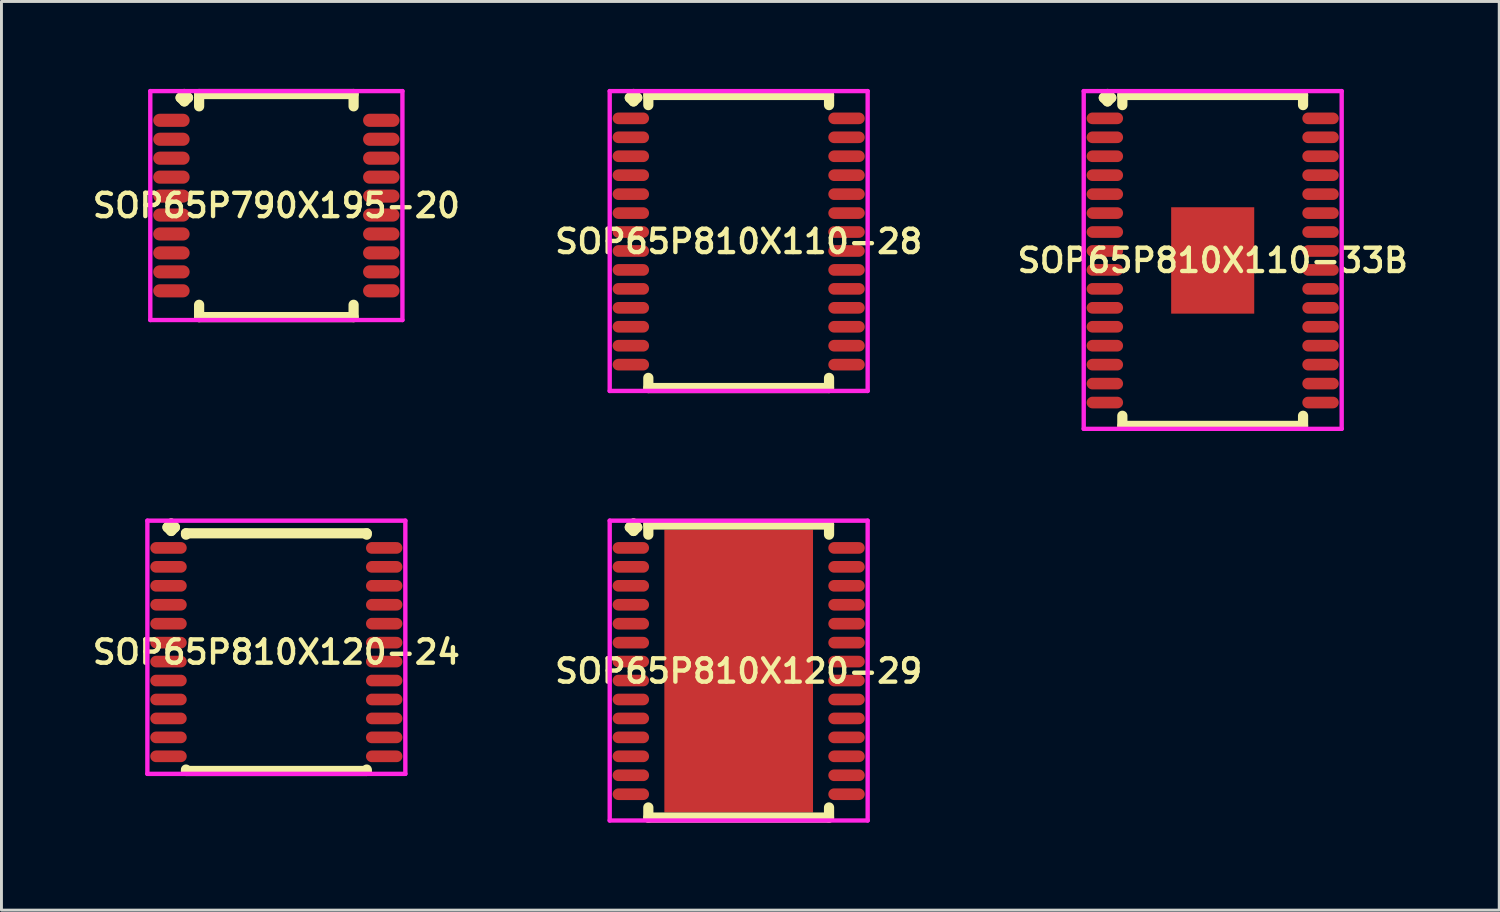
<source format=kicad_pcb>
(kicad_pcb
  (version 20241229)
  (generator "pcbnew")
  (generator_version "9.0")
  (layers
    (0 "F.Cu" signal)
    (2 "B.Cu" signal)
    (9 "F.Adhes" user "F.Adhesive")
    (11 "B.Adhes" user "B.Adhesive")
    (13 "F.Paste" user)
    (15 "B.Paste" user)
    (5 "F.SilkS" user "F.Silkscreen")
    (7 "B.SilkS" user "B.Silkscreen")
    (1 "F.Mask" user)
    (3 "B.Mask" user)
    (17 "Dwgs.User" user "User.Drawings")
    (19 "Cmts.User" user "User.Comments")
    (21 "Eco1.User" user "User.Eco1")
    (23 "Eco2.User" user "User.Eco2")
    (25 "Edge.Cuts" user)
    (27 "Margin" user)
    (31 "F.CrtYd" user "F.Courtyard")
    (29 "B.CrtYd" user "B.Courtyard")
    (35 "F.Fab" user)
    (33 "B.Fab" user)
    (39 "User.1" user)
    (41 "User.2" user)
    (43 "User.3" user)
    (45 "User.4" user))
  (footprint "SOP65P790X195-20"
    (layer "F.Cu")
    (at 6.431 4.002)
    (property "Reference" "SOP65P790X195-20" (at 0 0 0) (layer "F.SilkS") (effects (font (size 0.8 0.8) (thickness 0.15))))
    (attr through_hole)
    (fp_line (start -3.285 -3.7) (end -3.158 -3.827) (stroke (width 0.35) (type solid)) (layer "F.SilkS"))
    (fp_line (start -3.158 -3.827) (end -3.031 -3.7) (stroke (width 0.35) (type solid)) (layer "F.SilkS"))
    (fp_line (start -3.158 -3.573) (end -3.285 -3.7) (stroke (width 0.35) (type solid)) (layer "F.SilkS"))
    (fp_line (start -3.031 -3.7) (end -3.158 -3.573) (stroke (width 0.35) (type solid)) (layer "F.SilkS"))
    (fp_line (start -2.65 -3.827) (end 2.65 -3.827) (stroke (width 0.35) (type solid)) (layer "F.SilkS"))
    (fp_line (start -2.65 -3.404) (end -2.65 -3.827) (stroke (width 0.35) (type solid)) (layer "F.SilkS"))
    (fp_line (start -2.65 3.404) (end -2.65 3.827) (stroke (width 0.35) (type solid)) (layer "F.SilkS"))
    (fp_line (start -2.65 3.827) (end 2.65 3.827) (stroke (width 0.35) (type solid)) (layer "F.SilkS"))
    (fp_line (start 2.65 -3.827) (end 2.65 -3.404) (stroke (width 0.35) (type solid)) (layer "F.SilkS"))
    (fp_line (start 2.65 3.827) (end 2.65 3.404) (stroke (width 0.35) (type solid)) (layer "F.SilkS"))
    (fp_line (start -4.325 -3.927) (end 4.325 -3.927) (stroke (width 0.15) (type solid)) (layer "F.CrtYd"))
    (fp_line (start -4.325 3.927) (end -4.325 -3.927) (stroke (width 0.15) (type solid)) (layer "F.CrtYd"))
    (fp_line (start 4.325 -3.927) (end 4.325 3.927) (stroke (width 0.15) (type solid)) (layer "F.CrtYd"))
    (fp_line (start 4.325 3.927) (end -4.325 3.927) (stroke (width 0.15) (type solid)) (layer "F.CrtYd"))
    (pad "1" smd oval (at -3.6 -2.925) (size 1.25 0.45) (layers "F.Cu" "F.Mask" "F.Paste"))
    (pad "2" smd oval (at -3.6 -2.275) (size 1.25 0.45) (layers "F.Cu" "F.Mask" "F.Paste"))
    (pad "3" smd oval (at -3.6 -1.625) (size 1.25 0.45) (layers "F.Cu" "F.Mask" "F.Paste"))
    (pad "4" smd oval (at -3.6 -0.975) (size 1.25 0.45) (layers "F.Cu" "F.Mask" "F.Paste"))
    (pad "5" smd oval (at -3.6 -0.325) (size 1.25 0.45) (layers "F.Cu" "F.Mask" "F.Paste"))
    (pad "6" smd oval (at -3.6 0.325) (size 1.25 0.45) (layers "F.Cu" "F.Mask" "F.Paste"))
    (pad "7" smd oval (at -3.6 0.975) (size 1.25 0.45) (layers "F.Cu" "F.Mask" "F.Paste"))
    (pad "8" smd oval (at -3.6 1.625) (size 1.25 0.45) (layers "F.Cu" "F.Mask" "F.Paste"))
    (pad "9" smd oval (at -3.6 2.275) (size 1.25 0.45) (layers "F.Cu" "F.Mask" "F.Paste"))
    (pad "10" smd oval (at -3.6 2.925) (size 1.25 0.45) (layers "F.Cu" "F.Mask" "F.Paste"))
    (pad "11" smd oval (at 3.6 2.925) (size 1.25 0.45) (layers "F.Cu" "F.Mask" "F.Paste"))
    (pad "12" smd oval (at 3.6 2.275) (size 1.25 0.45) (layers "F.Cu" "F.Mask" "F.Paste"))
    (pad "13" smd oval (at 3.6 1.625) (size 1.25 0.45) (layers "F.Cu" "F.Mask" "F.Paste"))
    (pad "14" smd oval (at 3.6 0.975) (size 1.25 0.45) (layers "F.Cu" "F.Mask" "F.Paste"))
    (pad "15" smd oval (at 3.6 0.325) (size 1.25 0.45) (layers "F.Cu" "F.Mask" "F.Paste"))
    (pad "16" smd oval (at 3.6 -0.325) (size 1.25 0.45) (layers "F.Cu" "F.Mask" "F.Paste"))
    (pad "17" smd oval (at 3.6 -0.975) (size 1.25 0.45) (layers "F.Cu" "F.Mask" "F.Paste"))
    (pad "18" smd oval (at 3.6 -1.625) (size 1.25 0.45) (layers "F.Cu" "F.Mask" "F.Paste"))
    (pad "19" smd oval (at 3.6 -2.275) (size 1.25 0.45) (layers "F.Cu" "F.Mask" "F.Paste"))
    (pad "20" smd oval (at 3.6 -2.925) (size 1.25 0.45) (layers "F.Cu" "F.Mask" "F.Paste")))
  (footprint "SOP65P810X120-29"
    (layer "F.Cu")
    (at 22.292 19.972)
    (property "Reference" "SOP65P810X120-29" (at 0 0 0) (layer "F.SilkS") (effects (font (size 0.8 0.8) (thickness 0.15))))
    (attr smd)
    (fp_line (start -3.735 -4.933) (end -3.608 -5.06) (stroke (width 0.35) (type solid)) (layer "F.SilkS"))
    (fp_line (start -3.608 -5.06) (end -3.481 -4.933) (stroke (width 0.35) (type solid)) (layer "F.SilkS"))
    (fp_line (start -3.608 -4.806) (end -3.735 -4.933) (stroke (width 0.35) (type solid)) (layer "F.SilkS"))
    (fp_line (start -3.481 -4.933) (end -3.608 -4.806) (stroke (width 0.35) (type solid)) (layer "F.SilkS"))
    (fp_line (start -3.1 -5.027) (end 3.1 -5.027) (stroke (width 0.35) (type solid)) (layer "F.SilkS"))
    (fp_line (start -3.1 -4.679) (end -3.1 -5.027) (stroke (width 0.35) (type solid)) (layer "F.SilkS"))
    (fp_line (start -3.1 4.679) (end -3.1 5.027) (stroke (width 0.35) (type solid)) (layer "F.SilkS"))
    (fp_line (start -3.1 5.027) (end 3.1 5.027) (stroke (width 0.35) (type solid)) (layer "F.SilkS"))
    (fp_line (start 3.1 -5.027) (end 3.1 -4.679) (stroke (width 0.35) (type solid)) (layer "F.SilkS"))
    (fp_line (start 3.1 5.027) (end 3.1 4.679) (stroke (width 0.35) (type solid)) (layer "F.SilkS"))
    (fp_line (start -4.425 -5.16) (end 4.425 -5.16) (stroke (width 0.15) (type solid)) (layer "F.CrtYd"))
    (fp_line (start -4.425 5.127) (end -4.425 -5.16) (stroke (width 0.15) (type solid)) (layer "F.CrtYd"))
    (fp_line (start 4.425 -5.16) (end 4.425 5.127) (stroke (width 0.15) (type solid)) (layer "F.CrtYd"))
    (fp_line (start 4.425 5.127) (end -4.425 5.127) (stroke (width 0.15) (type solid)) (layer "F.CrtYd"))
    (pad "1" smd oval (at -3.7 -4.225) (size 1.25 0.4) (layers "F.Cu" "F.Mask" "F.Paste"))
    (pad "2" smd oval (at -3.7 -3.575) (size 1.25 0.4) (layers "F.Cu" "F.Mask" "F.Paste"))
    (pad "3" smd oval (at -3.7 -2.925) (size 1.25 0.4) (layers "F.Cu" "F.Mask" "F.Paste"))
    (pad "4" smd oval (at -3.7 -2.275) (size 1.25 0.4) (layers "F.Cu" "F.Mask" "F.Paste"))
    (pad "5" smd oval (at -3.7 -1.625) (size 1.25 0.4) (layers "F.Cu" "F.Mask" "F.Paste"))
    (pad "6" smd oval (at -3.7 -0.975) (size 1.25 0.4) (layers "F.Cu" "F.Mask" "F.Paste"))
    (pad "7" smd oval (at -3.7 -0.325) (size 1.25 0.4) (layers "F.Cu" "F.Mask" "F.Paste"))
    (pad "8" smd oval (at -3.7 0.325) (size 1.25 0.4) (layers "F.Cu" "F.Mask" "F.Paste"))
    (pad "9" smd oval (at -3.7 0.975) (size 1.25 0.4) (layers "F.Cu" "F.Mask" "F.Paste"))
    (pad "10" smd oval (at -3.7 1.625) (size 1.25 0.4) (layers "F.Cu" "F.Mask" "F.Paste"))
    (pad "11" smd oval (at -3.7 2.275) (size 1.25 0.4) (layers "F.Cu" "F.Mask" "F.Paste"))
    (pad "12" smd oval (at -3.7 2.925) (size 1.25 0.4) (layers "F.Cu" "F.Mask" "F.Paste"))
    (pad "13" smd oval (at -3.7 3.575) (size 1.25 0.4) (layers "F.Cu" "F.Mask" "F.Paste"))
    (pad "14" smd oval (at -3.7 4.225) (size 1.25 0.4) (layers "F.Cu" "F.Mask" "F.Paste"))
    (pad "15" smd oval (at 3.7 4.225) (size 1.25 0.4) (layers "F.Cu" "F.Mask" "F.Paste"))
    (pad "16" smd oval (at 3.7 3.575) (size 1.25 0.4) (layers "F.Cu" "F.Mask" "F.Paste"))
    (pad "17" smd oval (at 3.7 2.925) (size 1.25 0.4) (layers "F.Cu" "F.Mask" "F.Paste"))
    (pad "18" smd oval (at 3.7 2.275) (size 1.25 0.4) (layers "F.Cu" "F.Mask" "F.Paste"))
    (pad "19" smd oval (at 3.7 1.625) (size 1.25 0.4) (layers "F.Cu" "F.Mask" "F.Paste"))
    (pad "20" smd oval (at 3.7 0.975) (size 1.25 0.4) (layers "F.Cu" "F.Mask" "F.Paste"))
    (pad "21" smd oval (at 3.7 0.325) (size 1.25 0.4) (layers "F.Cu" "F.Mask" "F.Paste"))
    (pad "22" smd oval (at 3.7 -0.325) (size 1.25 0.4) (layers "F.Cu" "F.Mask" "F.Paste"))
    (pad "23" smd oval (at 3.7 -0.975) (size 1.25 0.4) (layers "F.Cu" "F.Mask" "F.Paste"))
    (pad "24" smd oval (at 3.7 -1.625) (size 1.25 0.4) (layers "F.Cu" "F.Mask" "F.Paste"))
    (pad "25" smd oval (at 3.7 -2.275) (size 1.25 0.4) (layers "F.Cu" "F.Mask" "F.Paste"))
    (pad "26" smd oval (at 3.7 -2.925) (size 1.25 0.4) (layers "F.Cu" "F.Mask" "F.Paste"))
    (pad "27" smd oval (at 3.7 -3.575) (size 1.25 0.4) (layers "F.Cu" "F.Mask" "F.Paste"))
    (pad "28" smd oval (at 3.7 -4.225) (size 1.25 0.4) (layers "F.Cu" "F.Mask" "F.Paste"))
    (pad "29" smd rect (at 0 0) (size 5.1 9.7) (layers "F.Cu" "F.Mask" "F.Paste")))
  (footprint "SOP65P810X110-33B"
    (layer "F.Cu")
    (at 38.554 5.885)
    (property "Reference" "SOP65P810X110-33B" (at 0 0 0) (layer "F.SilkS") (effects (font (size 0.8 0.8) (thickness 0.15))))
    (attr smd)
    (fp_line (start -3.735 -5.583) (end -3.608 -5.71) (stroke (width 0.35) (type solid)) (layer "F.SilkS"))
    (fp_line (start -3.608 -5.71) (end -3.481 -5.583) (stroke (width 0.35) (type solid)) (layer "F.SilkS"))
    (fp_line (start -3.608 -5.456) (end -3.735 -5.583) (stroke (width 0.35) (type solid)) (layer "F.SilkS"))
    (fp_line (start -3.481 -5.583) (end -3.608 -5.456) (stroke (width 0.35) (type solid)) (layer "F.SilkS"))
    (fp_line (start -3.1 -5.677) (end 3.1 -5.677) (stroke (width 0.35) (type solid)) (layer "F.SilkS"))
    (fp_line (start -3.1 -5.329) (end -3.1 -5.677) (stroke (width 0.35) (type solid)) (layer "F.SilkS"))
    (fp_line (start -3.1 5.329) (end -3.1 5.677) (stroke (width 0.35) (type solid)) (layer "F.SilkS"))
    (fp_line (start -3.1 5.677) (end 3.1 5.677) (stroke (width 0.35) (type solid)) (layer "F.SilkS"))
    (fp_line (start 3.1 -5.677) (end 3.1 -5.329) (stroke (width 0.35) (type solid)) (layer "F.SilkS"))
    (fp_line (start 3.1 5.677) (end 3.1 5.329) (stroke (width 0.35) (type solid)) (layer "F.SilkS"))
    (fp_line (start -4.425 -5.81) (end 4.425 -5.81) (stroke (width 0.15) (type solid)) (layer "F.CrtYd"))
    (fp_line (start -4.425 5.777) (end -4.425 -5.81) (stroke (width 0.15) (type solid)) (layer "F.CrtYd"))
    (fp_line (start 4.425 -5.81) (end 4.425 5.777) (stroke (width 0.15) (type solid)) (layer "F.CrtYd"))
    (fp_line (start 4.425 5.777) (end -4.425 5.777) (stroke (width 0.15) (type solid)) (layer "F.CrtYd"))
    (pad "1" smd oval (at -3.7 -4.875) (size 1.25 0.4) (layers "F.Cu" "F.Mask" "F.Paste"))
    (pad "2" smd oval (at -3.7 -4.225) (size 1.25 0.4) (layers "F.Cu" "F.Mask" "F.Paste"))
    (pad "3" smd oval (at -3.7 -3.575) (size 1.25 0.4) (layers "F.Cu" "F.Mask" "F.Paste"))
    (pad "4" smd oval (at -3.7 -2.925) (size 1.25 0.4) (layers "F.Cu" "F.Mask" "F.Paste"))
    (pad "5" smd oval (at -3.7 -2.275) (size 1.25 0.4) (layers "F.Cu" "F.Mask" "F.Paste"))
    (pad "6" smd oval (at -3.7 -1.625) (size 1.25 0.4) (layers "F.Cu" "F.Mask" "F.Paste"))
    (pad "7" smd oval (at -3.7 -0.975) (size 1.25 0.4) (layers "F.Cu" "F.Mask" "F.Paste"))
    (pad "8" smd oval (at -3.7 -0.325) (size 1.25 0.4) (layers "F.Cu" "F.Mask" "F.Paste"))
    (pad "9" smd oval (at -3.7 0.325) (size 1.25 0.4) (layers "F.Cu" "F.Mask" "F.Paste"))
    (pad "10" smd oval (at -3.7 0.975) (size 1.25 0.4) (layers "F.Cu" "F.Mask" "F.Paste"))
    (pad "11" smd oval (at -3.7 1.625) (size 1.25 0.4) (layers "F.Cu" "F.Mask" "F.Paste"))
    (pad "12" smd oval (at -3.7 2.275) (size 1.25 0.4) (layers "F.Cu" "F.Mask" "F.Paste"))
    (pad "13" smd oval (at -3.7 2.925) (size 1.25 0.4) (layers "F.Cu" "F.Mask" "F.Paste"))
    (pad "14" smd oval (at -3.7 3.575) (size 1.25 0.4) (layers "F.Cu" "F.Mask" "F.Paste"))
    (pad "15" smd oval (at -3.7 4.225) (size 1.25 0.4) (layers "F.Cu" "F.Mask" "F.Paste"))
    (pad "16" smd oval (at -3.7 4.875) (size 1.25 0.4) (layers "F.Cu" "F.Mask" "F.Paste"))
    (pad "17" smd oval (at 3.7 4.875) (size 1.25 0.4) (layers "F.Cu" "F.Mask" "F.Paste"))
    (pad "18" smd oval (at 3.7 4.225) (size 1.25 0.4) (layers "F.Cu" "F.Mask" "F.Paste"))
    (pad "19" smd oval (at 3.7 3.575) (size 1.25 0.4) (layers "F.Cu" "F.Mask" "F.Paste"))
    (pad "20" smd oval (at 3.7 2.925) (size 1.25 0.4) (layers "F.Cu" "F.Mask" "F.Paste"))
    (pad "21" smd oval (at 3.7 2.275) (size 1.25 0.4) (layers "F.Cu" "F.Mask" "F.Paste"))
    (pad "22" smd oval (at 3.7 1.625) (size 1.25 0.4) (layers "F.Cu" "F.Mask" "F.Paste"))
    (pad "23" smd oval (at 3.7 0.975) (size 1.25 0.4) (layers "F.Cu" "F.Mask" "F.Paste"))
    (pad "24" smd oval (at 3.7 0.325) (size 1.25 0.4) (layers "F.Cu" "F.Mask" "F.Paste"))
    (pad "25" smd oval (at 3.7 -0.325) (size 1.25 0.4) (layers "F.Cu" "F.Mask" "F.Paste"))
    (pad "26" smd oval (at 3.7 -0.975) (size 1.25 0.4) (layers "F.Cu" "F.Mask" "F.Paste"))
    (pad "27" smd oval (at 3.7 -1.625) (size 1.25 0.4) (layers "F.Cu" "F.Mask" "F.Paste"))
    (pad "28" smd oval (at 3.7 -2.275) (size 1.25 0.4) (layers "F.Cu" "F.Mask" "F.Paste"))
    (pad "29" smd oval (at 3.7 -2.925) (size 1.25 0.4) (layers "F.Cu" "F.Mask" "F.Paste"))
    (pad "30" smd oval (at 3.7 -3.575) (size 1.25 0.4) (layers "F.Cu" "F.Mask" "F.Paste"))
    (pad "31" smd oval (at 3.7 -4.225) (size 1.25 0.4) (layers "F.Cu" "F.Mask" "F.Paste"))
    (pad "32" smd oval (at 3.7 -4.875) (size 1.25 0.4) (layers "F.Cu" "F.Mask" "F.Paste"))
    (pad "33" smd rect (at 0 0) (size 2.85 3.65) (layers "F.Cu" "F.Mask" "F.Paste")))
  (footprint "SOP65P810X120-24"
    (layer "F.Cu")
    (at 6.431 19.322)
    (property "Reference" "SOP65P810X120-24" (at 0 0 0) (layer "F.SilkS") (effects (font (size 0.8 0.8) (thickness 0.15))))
    (attr smd)
    (fp_line (start -3.735 -4.283) (end -3.608 -4.41) (stroke (width 0.35) (type solid)) (layer "F.SilkS"))
    (fp_line (start -3.608 -4.41) (end -3.481 -4.283) (stroke (width 0.35) (type solid)) (layer "F.SilkS"))
    (fp_line (start -3.608 -4.156) (end -3.735 -4.283) (stroke (width 0.35) (type solid)) (layer "F.SilkS"))
    (fp_line (start -3.481 -4.283) (end -3.608 -4.156) (stroke (width 0.35) (type solid)) (layer "F.SilkS"))
    (fp_line (start -3.1 -4.077) (end 3.1 -4.077) (stroke (width 0.35) (type solid)) (layer "F.SilkS"))
    (fp_line (start -3.1 -4.029) (end -3.1 -4.077) (stroke (width 0.35) (type solid)) (layer "F.SilkS"))
    (fp_line (start -3.1 4.029) (end -3.1 4.077) (stroke (width 0.35) (type solid)) (layer "F.SilkS"))
    (fp_line (start -3.1 4.077) (end 3.1 4.077) (stroke (width 0.35) (type solid)) (layer "F.SilkS"))
    (fp_line (start 3.1 -4.077) (end 3.1 -4.029) (stroke (width 0.35) (type solid)) (layer "F.SilkS"))
    (fp_line (start 3.1 4.077) (end 3.1 4.029) (stroke (width 0.35) (type solid)) (layer "F.SilkS"))
    (fp_line (start -4.425 -4.51) (end 4.425 -4.51) (stroke (width 0.15) (type solid)) (layer "F.CrtYd"))
    (fp_line (start -4.425 4.177) (end -4.425 -4.51) (stroke (width 0.15) (type solid)) (layer "F.CrtYd"))
    (fp_line (start 4.425 -4.51) (end 4.425 4.177) (stroke (width 0.15) (type solid)) (layer "F.CrtYd"))
    (fp_line (start 4.425 4.177) (end -4.425 4.177) (stroke (width 0.15) (type solid)) (layer "F.CrtYd"))
    (pad "1" smd oval (at -3.7 -3.575) (size 1.25 0.4) (layers "F.Cu" "F.Mask" "F.Paste"))
    (pad "2" smd oval (at -3.7 -2.925) (size 1.25 0.4) (layers "F.Cu" "F.Mask" "F.Paste"))
    (pad "3" smd oval (at -3.7 -2.275) (size 1.25 0.4) (layers "F.Cu" "F.Mask" "F.Paste"))
    (pad "4" smd oval (at -3.7 -1.625) (size 1.25 0.4) (layers "F.Cu" "F.Mask" "F.Paste"))
    (pad "5" smd oval (at -3.7 -0.975) (size 1.25 0.4) (layers "F.Cu" "F.Mask" "F.Paste"))
    (pad "6" smd oval (at -3.7 -0.325) (size 1.25 0.4) (layers "F.Cu" "F.Mask" "F.Paste"))
    (pad "7" smd oval (at -3.7 0.325) (size 1.25 0.4) (layers "F.Cu" "F.Mask" "F.Paste"))
    (pad "8" smd oval (at -3.7 0.975) (size 1.25 0.4) (layers "F.Cu" "F.Mask" "F.Paste"))
    (pad "9" smd oval (at -3.7 1.625) (size 1.25 0.4) (layers "F.Cu" "F.Mask" "F.Paste"))
    (pad "10" smd oval (at -3.7 2.275) (size 1.25 0.4) (layers "F.Cu" "F.Mask" "F.Paste"))
    (pad "11" smd oval (at -3.7 2.925) (size 1.25 0.4) (layers "F.Cu" "F.Mask" "F.Paste"))
    (pad "12" smd oval (at -3.7 3.575) (size 1.25 0.4) (layers "F.Cu" "F.Mask" "F.Paste"))
    (pad "13" smd oval (at 3.7 3.575) (size 1.25 0.4) (layers "F.Cu" "F.Mask" "F.Paste"))
    (pad "14" smd oval (at 3.7 2.925) (size 1.25 0.4) (layers "F.Cu" "F.Mask" "F.Paste"))
    (pad "15" smd oval (at 3.7 2.275) (size 1.25 0.4) (layers "F.Cu" "F.Mask" "F.Paste"))
    (pad "16" smd oval (at 3.7 1.625) (size 1.25 0.4) (layers "F.Cu" "F.Mask" "F.Paste"))
    (pad "17" smd oval (at 3.7 0.975) (size 1.25 0.4) (layers "F.Cu" "F.Mask" "F.Paste"))
    (pad "18" smd oval (at 3.7 0.325) (size 1.25 0.4) (layers "F.Cu" "F.Mask" "F.Paste"))
    (pad "19" smd oval (at 3.7 -0.325) (size 1.25 0.4) (layers "F.Cu" "F.Mask" "F.Paste"))
    (pad "20" smd oval (at 3.7 -0.975) (size 1.25 0.4) (layers "F.Cu" "F.Mask" "F.Paste"))
    (pad "21" smd oval (at 3.7 -1.625) (size 1.25 0.4) (layers "F.Cu" "F.Mask" "F.Paste"))
    (pad "22" smd oval (at 3.7 -2.275) (size 1.25 0.4) (layers "F.Cu" "F.Mask" "F.Paste"))
    (pad "23" smd oval (at 3.7 -2.925) (size 1.25 0.4) (layers "F.Cu" "F.Mask" "F.Paste"))
    (pad "24" smd oval (at 3.7 -3.575) (size 1.25 0.4) (layers "F.Cu" "F.Mask" "F.Paste")))
  (footprint "SOP65P810X110-28"
    (layer "F.Cu")
    (at 22.292 5.235)
    (property "Reference" "SOP65P810X110-28" (at 0 0 0) (layer "F.SilkS") (effects (font (size 0.8 0.8) (thickness 0.15))))
    (attr through_hole)
    (fp_line (start -3.735 -4.933) (end -3.608 -5.06) (stroke (width 0.35) (type solid)) (layer "F.SilkS"))
    (fp_line (start -3.608 -5.06) (end -3.481 -4.933) (stroke (width 0.35) (type solid)) (layer "F.SilkS"))
    (fp_line (start -3.608 -4.806) (end -3.735 -4.933) (stroke (width 0.35) (type solid)) (layer "F.SilkS"))
    (fp_line (start -3.481 -4.933) (end -3.608 -4.806) (stroke (width 0.35) (type solid)) (layer "F.SilkS"))
    (fp_line (start -3.1 -5.027) (end 3.1 -5.027) (stroke (width 0.35) (type solid)) (layer "F.SilkS"))
    (fp_line (start -3.1 -4.679) (end -3.1 -5.027) (stroke (width 0.35) (type solid)) (layer "F.SilkS"))
    (fp_line (start -3.1 4.679) (end -3.1 5.027) (stroke (width 0.35) (type solid)) (layer "F.SilkS"))
    (fp_line (start -3.1 5.027) (end 3.1 5.027) (stroke (width 0.35) (type solid)) (layer "F.SilkS"))
    (fp_line (start 3.1 -5.027) (end 3.1 -4.679) (stroke (width 0.35) (type solid)) (layer "F.SilkS"))
    (fp_line (start 3.1 5.027) (end 3.1 4.679) (stroke (width 0.35) (type solid)) (layer "F.SilkS"))
    (fp_line (start -4.425 -5.16) (end 4.425 -5.16) (stroke (width 0.15) (type solid)) (layer "F.CrtYd"))
    (fp_line (start -4.425 5.127) (end -4.425 -5.16) (stroke (width 0.15) (type solid)) (layer "F.CrtYd"))
    (fp_line (start 4.425 -5.16) (end 4.425 5.127) (stroke (width 0.15) (type solid)) (layer "F.CrtYd"))
    (fp_line (start 4.425 5.127) (end -4.425 5.127) (stroke (width 0.15) (type solid)) (layer "F.CrtYd"))
    (pad "1" smd oval (at -3.7 -4.225) (size 1.25 0.4) (layers "F.Cu" "F.Mask" "F.Paste"))
    (pad "2" smd oval (at -3.7 -3.575) (size 1.25 0.4) (layers "F.Cu" "F.Mask" "F.Paste"))
    (pad "3" smd oval (at -3.7 -2.925) (size 1.25 0.4) (layers "F.Cu" "F.Mask" "F.Paste"))
    (pad "4" smd oval (at -3.7 -2.275) (size 1.25 0.4) (layers "F.Cu" "F.Mask" "F.Paste"))
    (pad "5" smd oval (at -3.7 -1.625) (size 1.25 0.4) (layers "F.Cu" "F.Mask" "F.Paste"))
    (pad "6" smd oval (at -3.7 -0.975) (size 1.25 0.4) (layers "F.Cu" "F.Mask" "F.Paste"))
    (pad "7" smd oval (at -3.7 -0.325) (size 1.25 0.4) (layers "F.Cu" "F.Mask" "F.Paste"))
    (pad "8" smd oval (at -3.7 0.325) (size 1.25 0.4) (layers "F.Cu" "F.Mask" "F.Paste"))
    (pad "9" smd oval (at -3.7 0.975) (size 1.25 0.4) (layers "F.Cu" "F.Mask" "F.Paste"))
    (pad "10" smd oval (at -3.7 1.625) (size 1.25 0.4) (layers "F.Cu" "F.Mask" "F.Paste"))
    (pad "11" smd oval (at -3.7 2.275) (size 1.25 0.4) (layers "F.Cu" "F.Mask" "F.Paste"))
    (pad "12" smd oval (at -3.7 2.925) (size 1.25 0.4) (layers "F.Cu" "F.Mask" "F.Paste"))
    (pad "13" smd oval (at -3.7 3.575) (size 1.25 0.4) (layers "F.Cu" "F.Mask" "F.Paste"))
    (pad "14" smd oval (at -3.7 4.225) (size 1.25 0.4) (layers "F.Cu" "F.Mask" "F.Paste"))
    (pad "15" smd oval (at 3.7 4.225) (size 1.25 0.4) (layers "F.Cu" "F.Mask" "F.Paste"))
    (pad "16" smd oval (at 3.7 3.575) (size 1.25 0.4) (layers "F.Cu" "F.Mask" "F.Paste"))
    (pad "17" smd oval (at 3.7 2.925) (size 1.25 0.4) (layers "F.Cu" "F.Mask" "F.Paste"))
    (pad "18" smd oval (at 3.7 2.275) (size 1.25 0.4) (layers "F.Cu" "F.Mask" "F.Paste"))
    (pad "19" smd oval (at 3.7 1.625) (size 1.25 0.4) (layers "F.Cu" "F.Mask" "F.Paste"))
    (pad "20" smd oval (at 3.7 0.975) (size 1.25 0.4) (layers "F.Cu" "F.Mask" "F.Paste"))
    (pad "21" smd oval (at 3.7 0.325) (size 1.25 0.4) (layers "F.Cu" "F.Mask" "F.Paste"))
    (pad "22" smd oval (at 3.7 -0.325) (size 1.25 0.4) (layers "F.Cu" "F.Mask" "F.Paste"))
    (pad "23" smd oval (at 3.7 -0.975) (size 1.25 0.4) (layers "F.Cu" "F.Mask" "F.Paste"))
    (pad "24" smd oval (at 3.7 -1.625) (size 1.25 0.4) (layers "F.Cu" "F.Mask" "F.Paste"))
    (pad "25" smd oval (at 3.7 -2.275) (size 1.25 0.4) (layers "F.Cu" "F.Mask" "F.Paste"))
    (pad "26" smd oval (at 3.7 -2.925) (size 1.25 0.4) (layers "F.Cu" "F.Mask" "F.Paste"))
    (pad "27" smd oval (at 3.7 -3.575) (size 1.25 0.4) (layers "F.Cu" "F.Mask" "F.Paste"))
    (pad "28" smd oval (at 3.7 -4.225) (size 1.25 0.4) (layers "F.Cu" "F.Mask" "F.Paste")))
  (gr_rect
    (start -3 -3)
    (end 48.384 28.174)
    (stroke (width 0.1) (type default))
    (fill no)
    (layer "Edge.Cuts")))
</source>
